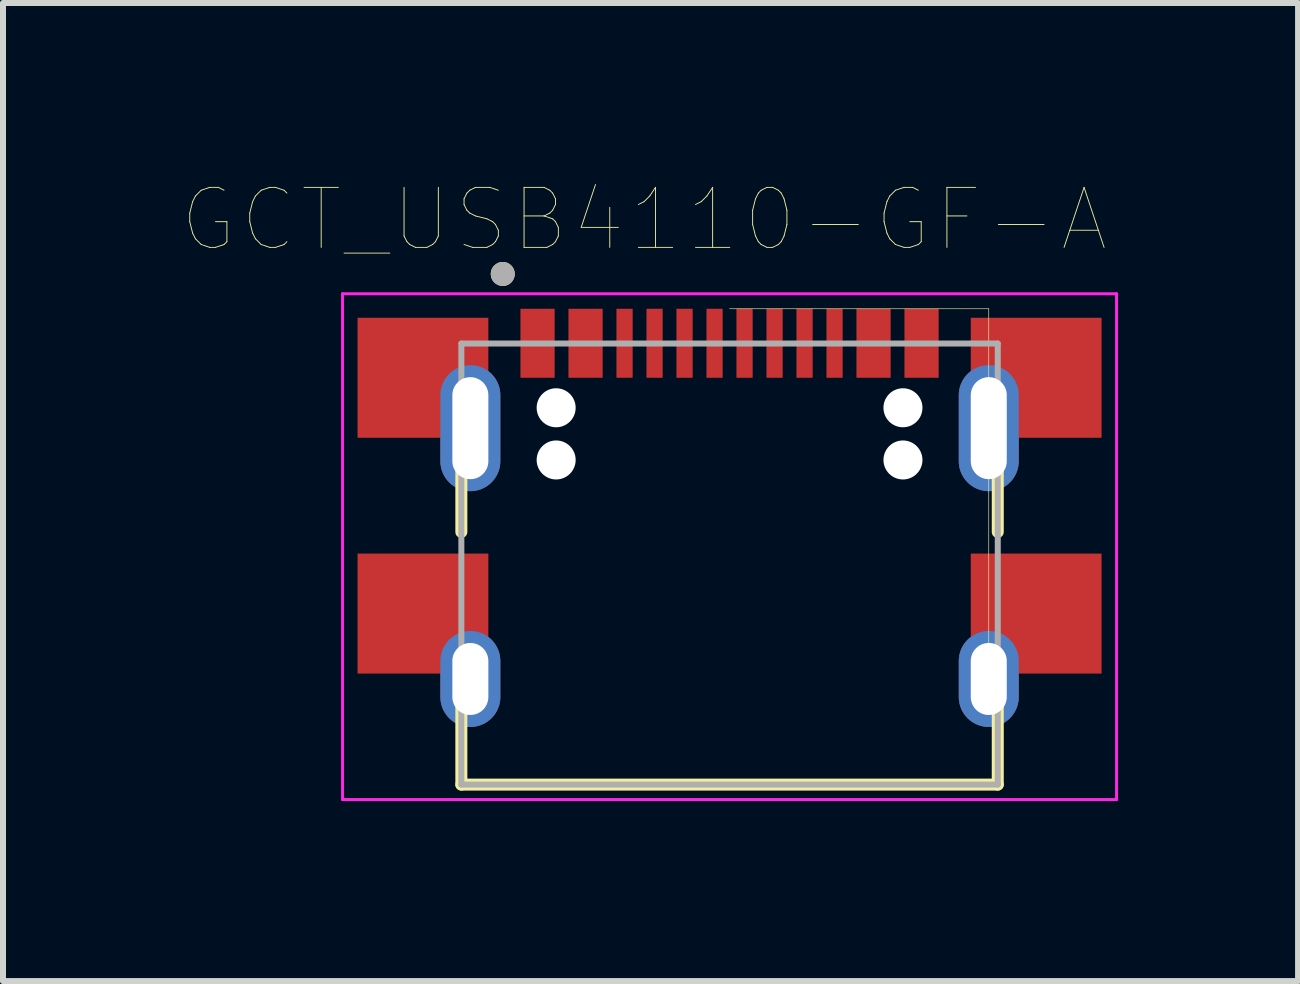
<source format=kicad_pcb>
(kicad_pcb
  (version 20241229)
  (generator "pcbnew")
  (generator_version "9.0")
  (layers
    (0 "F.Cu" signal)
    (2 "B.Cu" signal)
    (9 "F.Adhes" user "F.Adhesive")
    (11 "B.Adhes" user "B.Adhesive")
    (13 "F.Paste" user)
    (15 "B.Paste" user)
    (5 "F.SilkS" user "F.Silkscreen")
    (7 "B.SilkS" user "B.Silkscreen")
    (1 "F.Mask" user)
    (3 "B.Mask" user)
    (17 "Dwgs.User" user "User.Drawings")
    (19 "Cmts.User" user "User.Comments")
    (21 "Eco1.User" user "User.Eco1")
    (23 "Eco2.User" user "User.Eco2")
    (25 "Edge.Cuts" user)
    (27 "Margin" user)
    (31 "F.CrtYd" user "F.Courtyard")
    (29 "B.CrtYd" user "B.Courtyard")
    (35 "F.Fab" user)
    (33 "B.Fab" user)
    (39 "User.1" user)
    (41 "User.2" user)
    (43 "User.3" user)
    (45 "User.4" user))
  (footprint "GCT_USB4110-GF-A"
    (layer "F.Cu")
    (at 9.109 3.746)
    (property "Reference" "GCT_USB4110-GF-A" (at -1.425 -3.135 0) (layer "F.SilkS") (effects (font (size 1 1) (thickness 0.015))))
    (attr through_hole)
    (fp_line (start -4.47 0.86) (end -4.47 2.07) (stroke (width 0.2) (type solid)) (layer "F.SilkS"))
    (fp_line (start -4.47 4.79) (end -4.47 6.28) (stroke (width 0.2) (type solid)) (layer "F.SilkS"))
    (fp_line (start -4.47 6.28) (end 4.47 6.28) (stroke (width 0.2) (type solid)) (layer "F.SilkS"))
    (fp_line (start 0 -1.65) (end 4.32 -1.65) (stroke (width 0.01) (type solid)) (layer "F.SilkS"))
    (fp_line (start 4.32 -1.65) (end 4.32 4.52) (stroke (width 0.01) (type solid)) (layer "F.SilkS"))
    (fp_line (start 4.47 0.86) (end 4.47 2.07) (stroke (width 0.2) (type solid)) (layer "F.SilkS"))
    (fp_line (start 4.47 6.28) (end 4.47 4.79) (stroke (width 0.2) (type solid)) (layer "F.SilkS"))
    (fp_circle (center -3.78 -2.23) (end -3.68 -2.23) (stroke (width 0.2) (type solid)) (fill no) (layer "F.SilkS"))
    (fp_line (start -6.45 -1.9) (end 6.45 -1.9) (stroke (width 0.05) (type solid)) (layer "F.CrtYd"))
    (fp_line (start -6.45 6.53) (end -6.45 -1.9) (stroke (width 0.05) (type solid)) (layer "F.CrtYd"))
    (fp_line (start 6.45 -1.9) (end 6.45 6.53) (stroke (width 0.05) (type solid)) (layer "F.CrtYd"))
    (fp_line (start 6.45 6.53) (end -6.45 6.53) (stroke (width 0.05) (type solid)) (layer "F.CrtYd"))
    (fp_line (start -4.47 -1.07) (end -4.47 6.28) (stroke (width 0.1) (type solid)) (layer "F.Fab"))
    (fp_line (start -4.47 6.28) (end 4.47 6.28) (stroke (width 0.1) (type solid)) (layer "F.Fab"))
    (fp_line (start 4.47 -1.07) (end -4.47 -1.07) (stroke (width 0.1) (type solid)) (layer "F.Fab"))
    (fp_line (start 4.47 6.28) (end 4.47 -1.07) (stroke (width 0.1) (type solid)) (layer "F.Fab"))
    (fp_circle (center -3.78 -2.23) (end -3.68 -2.23) (stroke (width 0.2) (type solid)) (fill no) (layer "F.Fab"))
    (pad "" np_thru_hole circle (at -2.89 0) (size 0.65 0.65) (drill 0.65) (layers "*.Cu" "*.Mask"))
    (pad "" np_thru_hole circle (at -2.89 0.87) (size 0.65 0.65) (drill 0.65) (layers "*.Cu" "*.Mask"))
    (pad "" np_thru_hole circle (at 2.89 0) (size 0.65 0.65) (drill 0.65) (layers "*.Cu" "*.Mask"))
    (pad "" np_thru_hole circle (at 2.89 0.87) (size 0.65 0.65) (drill 0.65) (layers "*.Cu" "*.Mask"))
    (pad "10" thru_hole oval (at 4.32 4.52) (size 1 1.6) (drill oval 0.6 1.2) (layers "*.Cu" "*.Mask"))
    (pad "11" thru_hole oval (at -4.32 4.52) (size 1 1.6) (drill oval 0.6 1.2) (layers "*.Cu" "*.Mask"))
    (pad "13" thru_hole oval (at 4.32 0.34) (size 1 2.1) (drill oval 0.6 1.7) (layers "*.Cu" "*.Mask"))
    (pad "14" thru_hole oval (at -4.32 0.34) (size 1 2.1) (drill oval 0.6 1.7) (layers "*.Cu" "*.Mask"))
    (pad "A1/B12" smd rect (at -3.2 -1.075) (size 0.57 1.15) (layers "F.Cu" "F.Mask" "F.Paste"))
    (pad "A4/B9" smd rect (at -2.4 -1.075) (size 0.57 1.15) (layers "F.Cu" "F.Mask" "F.Paste"))
    (pad "A5" smd rect (at -1.25 -1.075) (size 0.27 1.15) (layers "F.Cu" "F.Mask" "F.Paste"))
    (pad "A6" smd rect (at -0.25 -1.075) (size 0.27 1.15) (layers "F.Cu" "F.Mask" "F.Paste"))
    (pad "A7" smd rect (at 0.25 -1.075) (size 0.27 1.15) (layers "F.Cu" "F.Mask" "F.Paste"))
    (pad "A8" smd rect (at 1.25 -1.075) (size 0.27 1.15) (layers "F.Cu" "F.Mask" "F.Paste"))
    (pad "B1/A12" smd rect (at 3.2 -1.075) (size 0.57 1.15) (layers "F.Cu" "F.Mask" "F.Paste"))
    (pad "B4/A9" smd rect (at 2.4 -1.075) (size 0.57 1.15) (layers "F.Cu" "F.Mask" "F.Paste"))
    (pad "B5" smd rect (at 1.75 -1.075) (size 0.27 1.15) (layers "F.Cu" "F.Mask" "F.Paste"))
    (pad "B6" smd rect (at 0.75 -1.075) (size 0.27 1.15) (layers "F.Cu" "F.Mask" "F.Paste"))
    (pad "B7" smd rect (at -0.75 -1.075) (size 0.27 1.15) (layers "F.Cu" "F.Mask" "F.Paste"))
    (pad "B8" smd rect (at -1.75 -1.075) (size 0.27 1.15) (layers "F.Cu" "F.Mask" "F.Paste"))
    (pad "S1" smd rect (at -5.11 -0.5) (size 2.18 2) (layers "F.Cu" "F.Mask" "F.Paste"))
    (pad "S2" smd rect (at 5.11 -0.5) (size 2.18 2) (layers "F.Cu" "F.Mask" "F.Paste"))
    (pad "S3" smd rect (at -5.11 3.43) (size 2.18 2) (layers "F.Cu" "F.Mask" "F.Paste"))
    (pad "S4" smd rect (at 5.11 3.43) (size 2.18 2) (layers "F.Cu" "F.Mask" "F.Paste")))
  (gr_rect
    (start -3 -3)
    (end 18.584 13.301)
    (stroke (width 0.1) (type default))
    (fill no)
    (layer "Edge.Cuts")))
</source>
